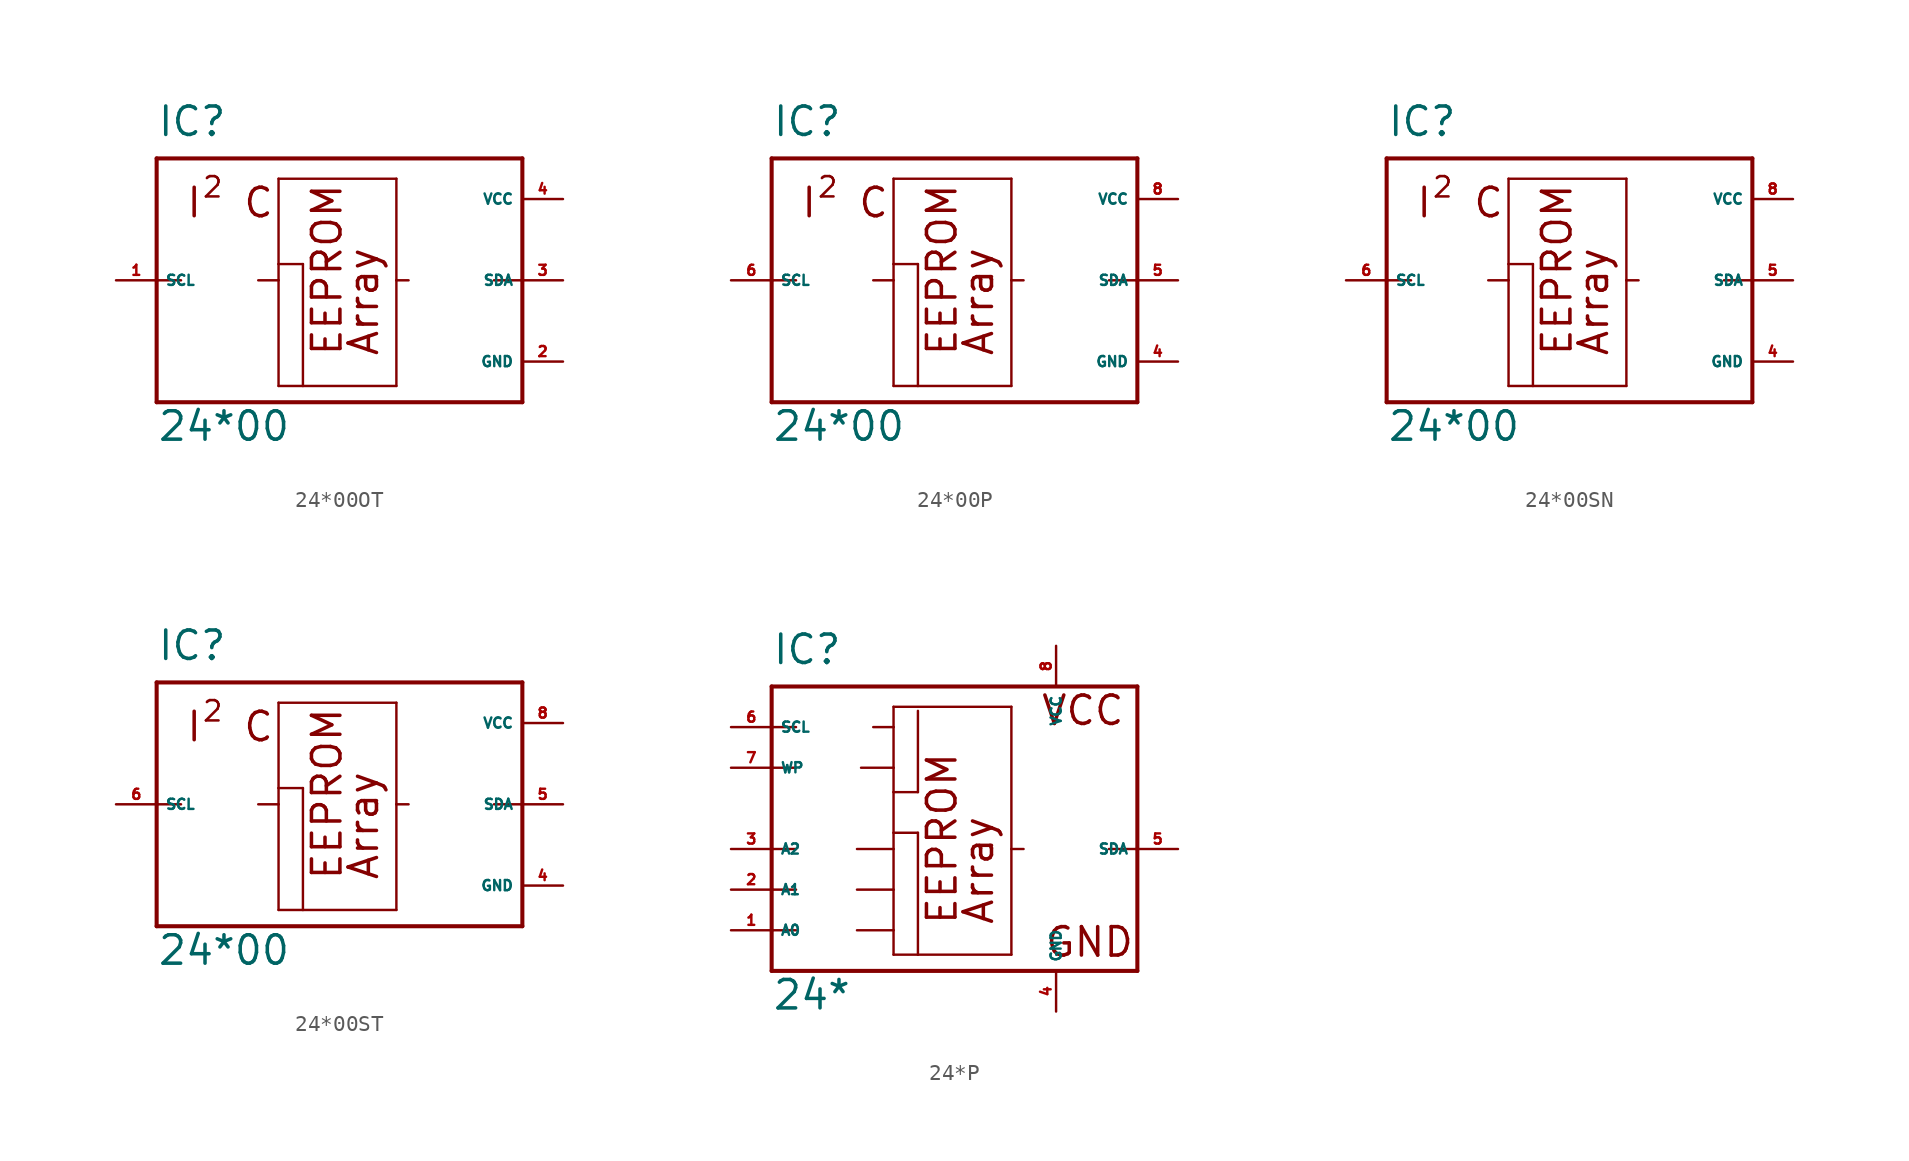
<source format=kicad_sym>
(kicad_symbol_lib
  (version 20220914)
  (generator Eagle2Kicad)
  (symbol "24*00OT"
    (property "Reference" "IC"
      (at -10.16 8.89 0)
      (effects (font (size 1.778 1.778) (thickness 0.22)) (justify left bottom)))
    (property "Value" "24*00"
      (at -10.16 -10.16 0)
      (effects (font (size 1.778 1.778) (thickness 0.22)) (justify left bottom)))
    (polyline
      (pts (xy -10.16 7.62) (xy 12.7 7.62))
      (stroke (width 0.254) (type default))
      (fill (type none)))
    (polyline
      (pts (xy 12.7 7.62) (xy 12.7 0))
      (stroke (width 0.254) (type default))
      (fill (type none)))
    (polyline
      (pts (xy 12.7 0) (xy 12.7 -7.62))
      (stroke (width 0.254) (type default))
      (fill (type none)))
    (polyline
      (pts (xy 12.7 -7.62) (xy -10.16 -7.62))
      (stroke (width 0.254) (type default))
      (fill (type none)))
    (polyline
      (pts (xy -10.16 -7.62) (xy -10.16 0))
      (stroke (width 0.254) (type default))
      (fill (type none)))
    (polyline
      (pts (xy -10.16 0) (xy -10.16 7.62))
      (stroke (width 0.254) (type default))
      (fill (type none)))
    (polyline
      (pts (xy -2.54 6.35) (xy 4.826 6.35))
      (stroke (width 0.152) (type default))
      (fill (type none)))
    (polyline
      (pts (xy 4.826 6.35) (xy 4.826 0))
      (stroke (width 0.152) (type default))
      (fill (type none)))
    (polyline
      (pts (xy 4.826 0) (xy 4.826 -6.604))
      (stroke (width 0.152) (type default))
      (fill (type none)))
    (polyline
      (pts (xy 4.826 -6.604) (xy -1.016 -6.604))
      (stroke (width 0.152) (type default))
      (fill (type none)))
    (polyline
      (pts (xy -1.016 -6.604) (xy -2.54 -6.604))
      (stroke (width 0.152) (type default))
      (fill (type none)))
    (polyline
      (pts (xy -2.54 -6.604) (xy -2.54 0))
      (stroke (width 0.152) (type default))
      (fill (type none)))
    (polyline
      (pts (xy -2.54 0) (xy -2.54 1.016))
      (stroke (width 0.152) (type default))
      (fill (type none)))
    (polyline
      (pts (xy -2.54 1.016) (xy -2.54 6.35))
      (stroke (width 0.152) (type default))
      (fill (type none)))
    (polyline
      (pts (xy -10.16 0) (xy -8.636 0))
      (stroke (width 0.152) (type default))
      (fill (type none)))
    (polyline
      (pts (xy -3.81 0) (xy -2.54 0))
      (stroke (width 0.152) (type default))
      (fill (type none)))
    (polyline
      (pts (xy 12.7 0) (xy 10.922 0))
      (stroke (width 0.152) (type default))
      (fill (type none)))
    (polyline
      (pts (xy 5.588 0) (xy 4.826 0))
      (stroke (width 0.152) (type default))
      (fill (type none)))
    (polyline
      (pts (xy -2.54 1.016) (xy -1.016 1.016))
      (stroke (width 0.152) (type default))
      (fill (type none)))
    (polyline
      (pts (xy -1.016 1.016) (xy -1.016 -6.604))
      (stroke (width 0.152) (type default))
      (fill (type none)))
    (text "Array"
      (at 3.81 -4.826 900)
      (effects (font (size 1.778 1.778) (thickness 0.22)) (justify left bottom)))
    (text "EEPROM"
      (at 1.524 -4.826 900)
      (effects (font (size 1.778 1.778) (thickness 0.22)) (justify left bottom)))
    (text "I  C"
      (at -8.382 3.81 0)
      (effects (font (size 1.778 1.778) (thickness 0.22)) (justify left bottom)))
    (text "2"
      (at -7.366 5.08 0)
      (effects (font (size 1.27 1.27) (thickness 0.16)) (justify left bottom)))
    (pin unspecified line
      (at 15.24 5.08 180)
      (length 2.54)
      (name "VCC" (effects (font (size 0.635 0.635) (thickness 0.08)) (justify left bottom)))
      (number "4" (effects (font (size 0.635 0.635) (thickness 0.08)) (justify left bottom))))
    (pin unspecified line
      (at 15.24 -5.08 180)
      (length 2.54)
      (name "GND" (effects (font (size 0.635 0.635) (thickness 0.08)) (justify left bottom)))
      (number "2" (effects (font (size 0.635 0.635) (thickness 0.08)) (justify left bottom))))
    (pin input line
      (at -12.7 0 0)
      (length 2.54)
      (name "SCL" (effects (font (size 0.635 0.635) (thickness 0.08)) (justify left bottom)))
      (number "1" (effects (font (size 0.635 0.635) (thickness 0.08)) (justify left bottom))))
    (pin bidirectional line
      (at 15.24 0 180)
      (length 2.54)
      (name "SDA" (effects (font (size 0.635 0.635) (thickness 0.08)) (justify left bottom)))
      (number "3" (effects (font (size 0.635 0.635) (thickness 0.08)) (justify left bottom)))))
  (symbol "24*00P"
    (property "Reference" "IC"
      (at -10.16 8.89 0)
      (effects (font (size 1.778 1.778) (thickness 0.22)) (justify left bottom)))
    (property "Value" "24*00"
      (at -10.16 -10.16 0)
      (effects (font (size 1.778 1.778) (thickness 0.22)) (justify left bottom)))
    (polyline
      (pts (xy -10.16 7.62) (xy 12.7 7.62))
      (stroke (width 0.254) (type default))
      (fill (type none)))
    (polyline
      (pts (xy 12.7 7.62) (xy 12.7 0))
      (stroke (width 0.254) (type default))
      (fill (type none)))
    (polyline
      (pts (xy 12.7 0) (xy 12.7 -7.62))
      (stroke (width 0.254) (type default))
      (fill (type none)))
    (polyline
      (pts (xy 12.7 -7.62) (xy -10.16 -7.62))
      (stroke (width 0.254) (type default))
      (fill (type none)))
    (polyline
      (pts (xy -10.16 -7.62) (xy -10.16 0))
      (stroke (width 0.254) (type default))
      (fill (type none)))
    (polyline
      (pts (xy -10.16 0) (xy -10.16 7.62))
      (stroke (width 0.254) (type default))
      (fill (type none)))
    (polyline
      (pts (xy -2.54 6.35) (xy 4.826 6.35))
      (stroke (width 0.152) (type default))
      (fill (type none)))
    (polyline
      (pts (xy 4.826 6.35) (xy 4.826 0))
      (stroke (width 0.152) (type default))
      (fill (type none)))
    (polyline
      (pts (xy 4.826 0) (xy 4.826 -6.604))
      (stroke (width 0.152) (type default))
      (fill (type none)))
    (polyline
      (pts (xy 4.826 -6.604) (xy -1.016 -6.604))
      (stroke (width 0.152) (type default))
      (fill (type none)))
    (polyline
      (pts (xy -1.016 -6.604) (xy -2.54 -6.604))
      (stroke (width 0.152) (type default))
      (fill (type none)))
    (polyline
      (pts (xy -2.54 -6.604) (xy -2.54 0))
      (stroke (width 0.152) (type default))
      (fill (type none)))
    (polyline
      (pts (xy -2.54 0) (xy -2.54 1.016))
      (stroke (width 0.152) (type default))
      (fill (type none)))
    (polyline
      (pts (xy -2.54 1.016) (xy -2.54 6.35))
      (stroke (width 0.152) (type default))
      (fill (type none)))
    (polyline
      (pts (xy -10.16 0) (xy -8.636 0))
      (stroke (width 0.152) (type default))
      (fill (type none)))
    (polyline
      (pts (xy -3.81 0) (xy -2.54 0))
      (stroke (width 0.152) (type default))
      (fill (type none)))
    (polyline
      (pts (xy 12.7 0) (xy 10.922 0))
      (stroke (width 0.152) (type default))
      (fill (type none)))
    (polyline
      (pts (xy 5.588 0) (xy 4.826 0))
      (stroke (width 0.152) (type default))
      (fill (type none)))
    (polyline
      (pts (xy -2.54 1.016) (xy -1.016 1.016))
      (stroke (width 0.152) (type default))
      (fill (type none)))
    (polyline
      (pts (xy -1.016 1.016) (xy -1.016 -6.604))
      (stroke (width 0.152) (type default))
      (fill (type none)))
    (text "Array"
      (at 3.81 -4.826 900)
      (effects (font (size 1.778 1.778) (thickness 0.22)) (justify left bottom)))
    (text "EEPROM"
      (at 1.524 -4.826 900)
      (effects (font (size 1.778 1.778) (thickness 0.22)) (justify left bottom)))
    (text "I  C"
      (at -8.382 3.81 0)
      (effects (font (size 1.778 1.778) (thickness 0.22)) (justify left bottom)))
    (text "2"
      (at -7.366 5.08 0)
      (effects (font (size 1.27 1.27) (thickness 0.16)) (justify left bottom)))
    (pin unspecified line
      (at 15.24 5.08 180)
      (length 2.54)
      (name "VCC" (effects (font (size 0.635 0.635) (thickness 0.08)) (justify left bottom)))
      (number "8" (effects (font (size 0.635 0.635) (thickness 0.08)) (justify left bottom))))
    (pin unspecified line
      (at 15.24 -5.08 180)
      (length 2.54)
      (name "GND" (effects (font (size 0.635 0.635) (thickness 0.08)) (justify left bottom)))
      (number "4" (effects (font (size 0.635 0.635) (thickness 0.08)) (justify left bottom))))
    (pin input line
      (at -12.7 0 0)
      (length 2.54)
      (name "SCL" (effects (font (size 0.635 0.635) (thickness 0.08)) (justify left bottom)))
      (number "6" (effects (font (size 0.635 0.635) (thickness 0.08)) (justify left bottom))))
    (pin bidirectional line
      (at 15.24 0 180)
      (length 2.54)
      (name "SDA" (effects (font (size 0.635 0.635) (thickness 0.08)) (justify left bottom)))
      (number "5" (effects (font (size 0.635 0.635) (thickness 0.08)) (justify left bottom)))))
  (symbol "24*00SN"
    (property "Reference" "IC"
      (at -10.16 8.89 0)
      (effects (font (size 1.778 1.778) (thickness 0.22)) (justify left bottom)))
    (property "Value" "24*00"
      (at -10.16 -10.16 0)
      (effects (font (size 1.778 1.778) (thickness 0.22)) (justify left bottom)))
    (polyline
      (pts (xy -10.16 7.62) (xy 12.7 7.62))
      (stroke (width 0.254) (type default))
      (fill (type none)))
    (polyline
      (pts (xy 12.7 7.62) (xy 12.7 0))
      (stroke (width 0.254) (type default))
      (fill (type none)))
    (polyline
      (pts (xy 12.7 0) (xy 12.7 -7.62))
      (stroke (width 0.254) (type default))
      (fill (type none)))
    (polyline
      (pts (xy 12.7 -7.62) (xy -10.16 -7.62))
      (stroke (width 0.254) (type default))
      (fill (type none)))
    (polyline
      (pts (xy -10.16 -7.62) (xy -10.16 0))
      (stroke (width 0.254) (type default))
      (fill (type none)))
    (polyline
      (pts (xy -10.16 0) (xy -10.16 7.62))
      (stroke (width 0.254) (type default))
      (fill (type none)))
    (polyline
      (pts (xy -2.54 6.35) (xy 4.826 6.35))
      (stroke (width 0.152) (type default))
      (fill (type none)))
    (polyline
      (pts (xy 4.826 6.35) (xy 4.826 0))
      (stroke (width 0.152) (type default))
      (fill (type none)))
    (polyline
      (pts (xy 4.826 0) (xy 4.826 -6.604))
      (stroke (width 0.152) (type default))
      (fill (type none)))
    (polyline
      (pts (xy 4.826 -6.604) (xy -1.016 -6.604))
      (stroke (width 0.152) (type default))
      (fill (type none)))
    (polyline
      (pts (xy -1.016 -6.604) (xy -2.54 -6.604))
      (stroke (width 0.152) (type default))
      (fill (type none)))
    (polyline
      (pts (xy -2.54 -6.604) (xy -2.54 0))
      (stroke (width 0.152) (type default))
      (fill (type none)))
    (polyline
      (pts (xy -2.54 0) (xy -2.54 1.016))
      (stroke (width 0.152) (type default))
      (fill (type none)))
    (polyline
      (pts (xy -2.54 1.016) (xy -2.54 6.35))
      (stroke (width 0.152) (type default))
      (fill (type none)))
    (polyline
      (pts (xy -10.16 0) (xy -8.636 0))
      (stroke (width 0.152) (type default))
      (fill (type none)))
    (polyline
      (pts (xy -3.81 0) (xy -2.54 0))
      (stroke (width 0.152) (type default))
      (fill (type none)))
    (polyline
      (pts (xy 12.7 0) (xy 10.922 0))
      (stroke (width 0.152) (type default))
      (fill (type none)))
    (polyline
      (pts (xy 5.588 0) (xy 4.826 0))
      (stroke (width 0.152) (type default))
      (fill (type none)))
    (polyline
      (pts (xy -2.54 1.016) (xy -1.016 1.016))
      (stroke (width 0.152) (type default))
      (fill (type none)))
    (polyline
      (pts (xy -1.016 1.016) (xy -1.016 -6.604))
      (stroke (width 0.152) (type default))
      (fill (type none)))
    (text "Array"
      (at 3.81 -4.826 900)
      (effects (font (size 1.778 1.778) (thickness 0.22)) (justify left bottom)))
    (text "EEPROM"
      (at 1.524 -4.826 900)
      (effects (font (size 1.778 1.778) (thickness 0.22)) (justify left bottom)))
    (text "I  C"
      (at -8.382 3.81 0)
      (effects (font (size 1.778 1.778) (thickness 0.22)) (justify left bottom)))
    (text "2"
      (at -7.366 5.08 0)
      (effects (font (size 1.27 1.27) (thickness 0.16)) (justify left bottom)))
    (pin unspecified line
      (at 15.24 5.08 180)
      (length 2.54)
      (name "VCC" (effects (font (size 0.635 0.635) (thickness 0.08)) (justify left bottom)))
      (number "8" (effects (font (size 0.635 0.635) (thickness 0.08)) (justify left bottom))))
    (pin unspecified line
      (at 15.24 -5.08 180)
      (length 2.54)
      (name "GND" (effects (font (size 0.635 0.635) (thickness 0.08)) (justify left bottom)))
      (number "4" (effects (font (size 0.635 0.635) (thickness 0.08)) (justify left bottom))))
    (pin input line
      (at -12.7 0 0)
      (length 2.54)
      (name "SCL" (effects (font (size 0.635 0.635) (thickness 0.08)) (justify left bottom)))
      (number "6" (effects (font (size 0.635 0.635) (thickness 0.08)) (justify left bottom))))
    (pin bidirectional line
      (at 15.24 0 180)
      (length 2.54)
      (name "SDA" (effects (font (size 0.635 0.635) (thickness 0.08)) (justify left bottom)))
      (number "5" (effects (font (size 0.635 0.635) (thickness 0.08)) (justify left bottom)))))
  (symbol "24*00ST"
    (property "Reference" "IC"
      (at -10.16 8.89 0)
      (effects (font (size 1.778 1.778) (thickness 0.22)) (justify left bottom)))
    (property "Value" "24*00"
      (at -10.16 -10.16 0)
      (effects (font (size 1.778 1.778) (thickness 0.22)) (justify left bottom)))
    (polyline
      (pts (xy -10.16 7.62) (xy 12.7 7.62))
      (stroke (width 0.254) (type default))
      (fill (type none)))
    (polyline
      (pts (xy 12.7 7.62) (xy 12.7 0))
      (stroke (width 0.254) (type default))
      (fill (type none)))
    (polyline
      (pts (xy 12.7 0) (xy 12.7 -7.62))
      (stroke (width 0.254) (type default))
      (fill (type none)))
    (polyline
      (pts (xy 12.7 -7.62) (xy -10.16 -7.62))
      (stroke (width 0.254) (type default))
      (fill (type none)))
    (polyline
      (pts (xy -10.16 -7.62) (xy -10.16 0))
      (stroke (width 0.254) (type default))
      (fill (type none)))
    (polyline
      (pts (xy -10.16 0) (xy -10.16 7.62))
      (stroke (width 0.254) (type default))
      (fill (type none)))
    (polyline
      (pts (xy -2.54 6.35) (xy 4.826 6.35))
      (stroke (width 0.152) (type default))
      (fill (type none)))
    (polyline
      (pts (xy 4.826 6.35) (xy 4.826 0))
      (stroke (width 0.152) (type default))
      (fill (type none)))
    (polyline
      (pts (xy 4.826 0) (xy 4.826 -6.604))
      (stroke (width 0.152) (type default))
      (fill (type none)))
    (polyline
      (pts (xy 4.826 -6.604) (xy -1.016 -6.604))
      (stroke (width 0.152) (type default))
      (fill (type none)))
    (polyline
      (pts (xy -1.016 -6.604) (xy -2.54 -6.604))
      (stroke (width 0.152) (type default))
      (fill (type none)))
    (polyline
      (pts (xy -2.54 -6.604) (xy -2.54 0))
      (stroke (width 0.152) (type default))
      (fill (type none)))
    (polyline
      (pts (xy -2.54 0) (xy -2.54 1.016))
      (stroke (width 0.152) (type default))
      (fill (type none)))
    (polyline
      (pts (xy -2.54 1.016) (xy -2.54 6.35))
      (stroke (width 0.152) (type default))
      (fill (type none)))
    (polyline
      (pts (xy -10.16 0) (xy -8.636 0))
      (stroke (width 0.152) (type default))
      (fill (type none)))
    (polyline
      (pts (xy -3.81 0) (xy -2.54 0))
      (stroke (width 0.152) (type default))
      (fill (type none)))
    (polyline
      (pts (xy 12.7 0) (xy 10.922 0))
      (stroke (width 0.152) (type default))
      (fill (type none)))
    (polyline
      (pts (xy 5.588 0) (xy 4.826 0))
      (stroke (width 0.152) (type default))
      (fill (type none)))
    (polyline
      (pts (xy -2.54 1.016) (xy -1.016 1.016))
      (stroke (width 0.152) (type default))
      (fill (type none)))
    (polyline
      (pts (xy -1.016 1.016) (xy -1.016 -6.604))
      (stroke (width 0.152) (type default))
      (fill (type none)))
    (text "Array"
      (at 3.81 -4.826 900)
      (effects (font (size 1.778 1.778) (thickness 0.22)) (justify left bottom)))
    (text "EEPROM"
      (at 1.524 -4.826 900)
      (effects (font (size 1.778 1.778) (thickness 0.22)) (justify left bottom)))
    (text "I  C"
      (at -8.382 3.81 0)
      (effects (font (size 1.778 1.778) (thickness 0.22)) (justify left bottom)))
    (text "2"
      (at -7.366 5.08 0)
      (effects (font (size 1.27 1.27) (thickness 0.16)) (justify left bottom)))
    (pin unspecified line
      (at 15.24 5.08 180)
      (length 2.54)
      (name "VCC" (effects (font (size 0.635 0.635) (thickness 0.08)) (justify left bottom)))
      (number "8" (effects (font (size 0.635 0.635) (thickness 0.08)) (justify left bottom))))
    (pin unspecified line
      (at 15.24 -5.08 180)
      (length 2.54)
      (name "GND" (effects (font (size 0.635 0.635) (thickness 0.08)) (justify left bottom)))
      (number "4" (effects (font (size 0.635 0.635) (thickness 0.08)) (justify left bottom))))
    (pin input line
      (at -12.7 0 0)
      (length 2.54)
      (name "SCL" (effects (font (size 0.635 0.635) (thickness 0.08)) (justify left bottom)))
      (number "6" (effects (font (size 0.635 0.635) (thickness 0.08)) (justify left bottom))))
    (pin bidirectional line
      (at 15.24 0 180)
      (length 2.54)
      (name "SDA" (effects (font (size 0.635 0.635) (thickness 0.08)) (justify left bottom)))
      (number "5" (effects (font (size 0.635 0.635) (thickness 0.08)) (justify left bottom)))))
  (symbol "24*P"
    (property "Reference" "IC"
      (at -10.16 11.43 0)
      (effects (font (size 1.778 1.778) (thickness 0.22)) (justify left bottom)))
    (property "Value" "24*"
      (at -10.16 -10.16 0)
      (effects (font (size 1.778 1.778) (thickness 0.22)) (justify left bottom)))
    (polyline
      (pts (xy -10.16 10.16) (xy 12.7 10.16))
      (stroke (width 0.254) (type default))
      (fill (type none)))
    (polyline
      (pts (xy 12.7 10.16) (xy 12.7 0))
      (stroke (width 0.254) (type default))
      (fill (type none)))
    (polyline
      (pts (xy 12.7 0) (xy 12.7 -7.62))
      (stroke (width 0.254) (type default))
      (fill (type none)))
    (polyline
      (pts (xy 12.7 -7.62) (xy -10.16 -7.62))
      (stroke (width 0.254) (type default))
      (fill (type none)))
    (polyline
      (pts (xy -10.16 -7.62) (xy -10.16 -5.08))
      (stroke (width 0.254) (type default))
      (fill (type none)))
    (polyline
      (pts (xy -10.16 -5.08) (xy -10.16 -2.54))
      (stroke (width 0.254) (type default))
      (fill (type none)))
    (polyline
      (pts (xy -10.16 -2.54) (xy -10.16 0))
      (stroke (width 0.254) (type default))
      (fill (type none)))
    (polyline
      (pts (xy -10.16 0) (xy -10.16 5.08))
      (stroke (width 0.254) (type default))
      (fill (type none)))
    (polyline
      (pts (xy -10.16 5.08) (xy -10.16 7.62))
      (stroke (width 0.254) (type default))
      (fill (type none)))
    (polyline
      (pts (xy -10.16 7.62) (xy -10.16 10.16))
      (stroke (width 0.254) (type default))
      (fill (type none)))
    (polyline
      (pts (xy -2.54 8.89) (xy 4.826 8.89))
      (stroke (width 0.152) (type default))
      (fill (type none)))
    (polyline
      (pts (xy 4.826 8.89) (xy 4.826 0))
      (stroke (width 0.152) (type default))
      (fill (type none)))
    (polyline
      (pts (xy 4.826 0) (xy 4.826 -6.604))
      (stroke (width 0.152) (type default))
      (fill (type none)))
    (polyline
      (pts (xy 4.826 -6.604) (xy -1.016 -6.604))
      (stroke (width 0.152) (type default))
      (fill (type none)))
    (polyline
      (pts (xy -1.016 -6.604) (xy -2.54 -6.604))
      (stroke (width 0.152) (type default))
      (fill (type none)))
    (polyline
      (pts (xy -2.54 -6.604) (xy -2.54 -5.08))
      (stroke (width 0.152) (type default))
      (fill (type none)))
    (polyline
      (pts (xy -2.54 -5.08) (xy -2.54 -2.54))
      (stroke (width 0.152) (type default))
      (fill (type none)))
    (polyline
      (pts (xy -2.54 -2.54) (xy -2.54 0))
      (stroke (width 0.152) (type default))
      (fill (type none)))
    (polyline
      (pts (xy -2.54 0) (xy -2.54 1.016))
      (stroke (width 0.152) (type default))
      (fill (type none)))
    (polyline
      (pts (xy -2.54 1.016) (xy -2.54 3.556))
      (stroke (width 0.152) (type default))
      (fill (type none)))
    (polyline
      (pts (xy -2.54 3.556) (xy -2.54 5.08))
      (stroke (width 0.152) (type default))
      (fill (type none)))
    (polyline
      (pts (xy -2.54 5.08) (xy -2.54 7.62))
      (stroke (width 0.152) (type default))
      (fill (type none)))
    (polyline
      (pts (xy -2.54 7.62) (xy -2.54 8.89))
      (stroke (width 0.152) (type default))
      (fill (type none)))
    (polyline
      (pts (xy -4.826 0) (xy -2.54 0))
      (stroke (width 0.152) (type default))
      (fill (type none)))
    (polyline
      (pts (xy -4.826 -2.54) (xy -2.54 -2.54))
      (stroke (width 0.152) (type default))
      (fill (type none)))
    (polyline
      (pts (xy -4.826 -5.08) (xy -2.54 -5.08))
      (stroke (width 0.152) (type default))
      (fill (type none)))
    (polyline
      (pts (xy -10.16 0) (xy -8.636 0))
      (stroke (width 0.152) (type default))
      (fill (type none)))
    (polyline
      (pts (xy -10.16 -2.54) (xy -8.636 -2.54))
      (stroke (width 0.152) (type default))
      (fill (type none)))
    (polyline
      (pts (xy -10.16 -5.08) (xy -8.636 -5.08))
      (stroke (width 0.152) (type default))
      (fill (type none)))
    (polyline
      (pts (xy -10.16 7.62) (xy -8.636 7.62))
      (stroke (width 0.152) (type default))
      (fill (type none)))
    (polyline
      (pts (xy 12.7 0) (xy 10.922 0))
      (stroke (width 0.152) (type default))
      (fill (type none)))
    (polyline
      (pts (xy 5.588 0) (xy 4.826 0))
      (stroke (width 0.152) (type default))
      (fill (type none)))
    (polyline
      (pts (xy -1.016 8.636) (xy -1.016 3.556))
      (stroke (width 0.152) (type default))
      (fill (type none)))
    (polyline
      (pts (xy -1.016 1.016) (xy -1.016 -6.604))
      (stroke (width 0.152) (type default))
      (fill (type none)))
    (polyline
      (pts (xy -10.16 5.08) (xy -8.636 5.08))
      (stroke (width 0.152) (type default))
      (fill (type none)))
    (polyline
      (pts (xy -4.572 5.08) (xy -2.54 5.08))
      (stroke (width 0.152) (type default))
      (fill (type none)))
    (polyline
      (pts (xy -2.54 3.556) (xy -1.016 3.556))
      (stroke (width 0.152) (type default))
      (fill (type none)))
    (polyline
      (pts (xy -3.81 7.62) (xy -2.54 7.62))
      (stroke (width 0.152) (type default))
      (fill (type none)))
    (polyline
      (pts (xy -2.54 1.016) (xy -1.016 1.016))
      (stroke (width 0.152) (type default))
      (fill (type none)))
    (text "Array"
      (at 3.81 -4.826 900)
      (effects (font (size 1.778 1.778) (thickness 0.22)) (justify left bottom)))
    (text "VCC"
      (at 6.604 7.62 0)
      (effects (font (size 1.778 1.778) (thickness 0.22)) (justify left bottom)))
    (text "GND"
      (at 6.858 -6.858 0)
      (effects (font (size 1.778 1.778) (thickness 0.22)) (justify left bottom)))
    (text "EEPROM"
      (at 1.524 -4.826 900)
      (effects (font (size 1.778 1.778) (thickness 0.22)) (justify left bottom)))
    (pin unspecified line
      (at 7.62 12.7 270)
      (length 2.54)
      (name "VCC" (effects (font (size 0.635 0.635) (thickness 0.08)) (justify left bottom)))
      (number "8" (effects (font (size 0.635 0.635) (thickness 0.08)) (justify left bottom))))
    (pin unspecified line
      (at 7.62 -10.16 90)
      (length 2.54)
      (name "GND" (effects (font (size 0.635 0.635) (thickness 0.08)) (justify left bottom)))
      (number "4" (effects (font (size 0.635 0.635) (thickness 0.08)) (justify left bottom))))
    (pin input line
      (at -12.7 7.62 0)
      (length 2.54)
      (name "SCL" (effects (font (size 0.635 0.635) (thickness 0.08)) (justify left bottom)))
      (number "6" (effects (font (size 0.635 0.635) (thickness 0.08)) (justify left bottom))))
    (pin bidirectional line
      (at 15.24 0 180)
      (length 2.54)
      (name "SDA" (effects (font (size 0.635 0.635) (thickness 0.08)) (justify left bottom)))
      (number "5" (effects (font (size 0.635 0.635) (thickness 0.08)) (justify left bottom))))
    (pin input line
      (at -12.7 -5.08 0)
      (length 2.54)
      (name "A0" (effects (font (size 0.635 0.635) (thickness 0.08)) (justify left bottom)))
      (number "1" (effects (font (size 0.635 0.635) (thickness 0.08)) (justify left bottom))))
    (pin input line
      (at -12.7 -2.54 0)
      (length 2.54)
      (name "A1" (effects (font (size 0.635 0.635) (thickness 0.08)) (justify left bottom)))
      (number "2" (effects (font (size 0.635 0.635) (thickness 0.08)) (justify left bottom))))
    (pin input line
      (at -12.7 0 0)
      (length 2.54)
      (name "A2" (effects (font (size 0.635 0.635) (thickness 0.08)) (justify left bottom)))
      (number "3" (effects (font (size 0.635 0.635) (thickness 0.08)) (justify left bottom))))
    (pin input line
      (at -12.7 5.08 0)
      (length 2.54)
      (name "WP" (effects (font (size 0.635 0.635) (thickness 0.08)) (justify left bottom)))
      (number "7" (effects (font (size 0.635 0.635) (thickness 0.08)) (justify left bottom))))))
</source>
